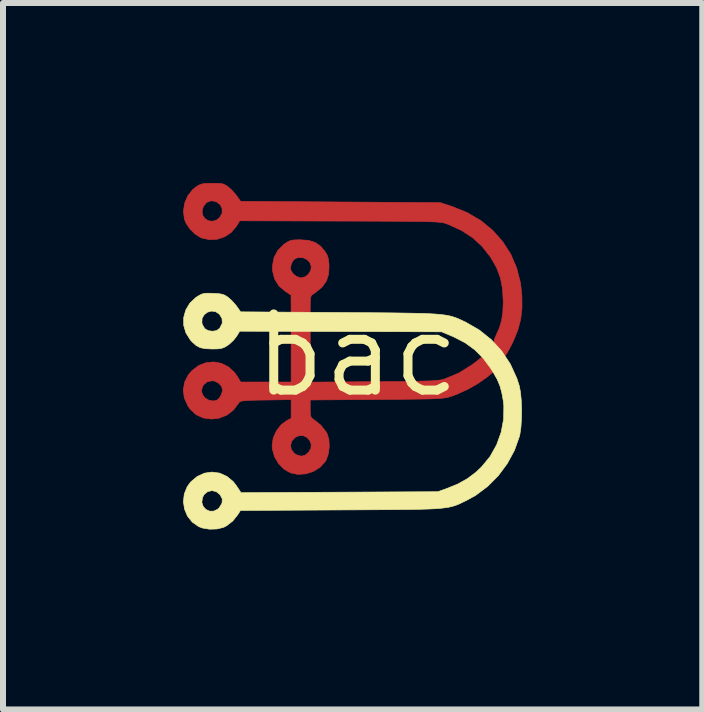
<source format=kicad_pcb>
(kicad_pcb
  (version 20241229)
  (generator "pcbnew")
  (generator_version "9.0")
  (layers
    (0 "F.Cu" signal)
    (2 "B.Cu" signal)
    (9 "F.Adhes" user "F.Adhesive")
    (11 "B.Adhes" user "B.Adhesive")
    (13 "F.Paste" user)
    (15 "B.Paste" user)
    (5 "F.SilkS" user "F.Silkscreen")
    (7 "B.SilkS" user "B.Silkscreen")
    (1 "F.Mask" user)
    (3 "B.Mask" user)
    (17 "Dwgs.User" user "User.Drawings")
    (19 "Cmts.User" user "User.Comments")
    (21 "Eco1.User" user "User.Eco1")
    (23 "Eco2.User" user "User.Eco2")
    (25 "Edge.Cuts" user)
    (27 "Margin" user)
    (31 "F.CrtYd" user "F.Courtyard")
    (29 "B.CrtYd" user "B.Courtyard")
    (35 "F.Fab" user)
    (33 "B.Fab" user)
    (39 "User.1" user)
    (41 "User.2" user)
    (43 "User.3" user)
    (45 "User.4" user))
  (footprint "bac"
    (layer "F.Cu")
    (at 2.904 2.873)
    (property "Reference" "bac" (at 0 0 0) (layer "F.SilkS") (effects (font (size 1.27 1.27) (thickness 0.15))))
    (attr through_hole)
    (fp_poly (pts (xy -0.808 -1.916) (xy -0.699 -1.881) (xy -0.61 -1.819) (xy -0.539 -1.734) (xy -0.503 -1.676) (xy -0.483 -1.617) (xy -0.472 -1.541) (xy -0.469 -1.492) (xy -0.476 -1.354) (xy -0.514 -1.237) (xy -0.587 -1.136) (xy -0.698 -1.045) (xy -0.725 -1.027) (xy -0.756 -1.004) (xy -0.773 -0.977) (xy -0.781 -0.933) (xy -0.783 -0.862) (xy -0.783 -0.844) (xy -0.783 -0.699) (xy -1.101 -0.699) (xy -1.102 -0.852) (xy -1.103 -1.005) (xy -1.202 -1.069) (xy -1.306 -1.159) (xy -1.376 -1.272) (xy -1.41 -1.404) (xy -1.411 -1.458) (xy -1.112 -1.458) (xy -1.109 -1.429) (xy -1.074 -1.365) (xy -1.013 -1.315) (xy -0.942 -1.292) (xy -0.931 -1.291) (xy -0.871 -1.308) (xy -0.818 -1.347) (xy -0.774 -1.414) (xy -0.766 -1.482) (xy -0.788 -1.546) (xy -0.835 -1.596) (xy -0.9 -1.626) (xy -0.979 -1.629) (xy -1.026 -1.617) (xy -1.067 -1.582) (xy -1.099 -1.523) (xy -1.112 -1.458) (xy -1.411 -1.458) (xy -1.412 -1.498) (xy -1.385 -1.633) (xy -1.324 -1.747) (xy -1.226 -1.846) (xy -1.203 -1.863) (xy -1.154 -1.895) (xy -1.11 -1.914) (xy -1.057 -1.923) (xy -0.979 -1.926) (xy -0.946 -1.926) (xy -0.808 -1.916)) (stroke (width 0.01) (type solid)) (fill yes) (layer "F.Cu"))
    (fp_poly (pts (xy -2.322 -2.867) (xy -2.26 -2.862) (xy -2.216 -2.849) (xy -2.176 -2.827) (xy -2.149 -2.807) (xy -2.086 -2.75) (xy -2.024 -2.68) (xy -2.006 -2.656) (xy -1.943 -2.567) (xy -0.279 -2.556) (xy 1.386 -2.545) (xy 1.58 -2.482) (xy 1.834 -2.379) (xy 2.061 -2.246) (xy 2.258 -2.084) (xy 2.425 -1.896) (xy 2.56 -1.686) (xy 2.659 -1.454) (xy 2.723 -1.203) (xy 2.745 -0.997) (xy 2.747 -0.788) (xy 2.725 -0.601) (xy 2.678 -0.422) (xy 2.602 -0.237) (xy 2.582 -0.196) (xy 2.538 -0.11) (xy 2.498 -0.04) (xy 2.467 0.006) (xy 2.452 0.021) (xy 2.425 0.007) (xy 2.382 -0.029) (xy 2.36 -0.052) (xy 2.301 -0.127) (xy 2.277 -0.195) (xy 2.287 -0.269) (xy 2.315 -0.333) (xy 2.37 -0.457) (xy 2.406 -0.578) (xy 2.427 -0.711) (xy 2.434 -0.87) (xy 2.434 -0.902) (xy 2.423 -1.109) (xy 2.387 -1.291) (xy 2.324 -1.46) (xy 2.229 -1.627) (xy 2.221 -1.639) (xy 2.084 -1.814) (xy 1.927 -1.959) (xy 1.742 -2.08) (xy 1.523 -2.181) (xy 1.509 -2.186) (xy 1.486 -2.195) (xy 1.463 -2.202) (xy 1.437 -2.209) (xy 1.405 -2.214) (xy 1.364 -2.219) (xy 1.312 -2.223) (xy 1.244 -2.226) (xy 1.159 -2.228) (xy 1.053 -2.231) (xy 0.923 -2.232) (xy 0.767 -2.234) (xy 0.581 -2.235) (xy 0.363 -2.236) (xy 0.109 -2.237) (xy -0.183 -2.238) (xy -0.286 -2.238) (xy -1.958 -2.243) (xy -2.014 -2.15) (xy -2.098 -2.05) (xy -2.206 -1.978) (xy -2.33 -1.936) (xy -2.461 -1.928) (xy -2.588 -1.955) (xy -2.614 -1.966) (xy -2.706 -2.025) (xy -2.79 -2.109) (xy -2.854 -2.204) (xy -2.88 -2.269) (xy -2.896 -2.401) (xy -2.586 -2.401) (xy -2.574 -2.331) (xy -2.535 -2.277) (xy -2.478 -2.243) (xy -2.41 -2.235) (xy -2.341 -2.257) (xy -2.291 -2.299) (xy -2.252 -2.369) (xy -2.251 -2.444) (xy -2.283 -2.511) (xy -2.348 -2.56) (xy -2.354 -2.563) (xy -2.435 -2.577) (xy -2.506 -2.551) (xy -2.56 -2.488) (xy -2.565 -2.48) (xy -2.586 -2.401) (xy -2.896 -2.401) (xy -2.896 -2.403) (xy -2.876 -2.536) (xy -2.823 -2.66) (xy -2.742 -2.763) (xy -2.683 -2.81) (xy -2.635 -2.839) (xy -2.59 -2.856) (xy -2.534 -2.865) (xy -2.453 -2.868) (xy -2.413 -2.868) (xy -2.322 -2.867)) (stroke (width 0.01) (type solid)) (fill yes) (layer "F.Cu"))
    (fp_poly (pts (xy -0.783 0.447) (xy 0.28 0.439) (xy 0.523 0.438) (xy 0.728 0.436) (xy 0.897 0.434) (xy 1.036 0.431) (xy 1.148 0.428) (xy 1.236 0.425) (xy 1.305 0.42) (xy 1.359 0.415) (xy 1.4 0.409) (xy 1.434 0.401) (xy 1.46 0.393) (xy 1.697 0.294) (xy 1.917 0.156) (xy 1.973 0.114) (xy 2.114 0.000036) (xy 2.2 0.12) (xy 2.243 0.181) (xy 2.274 0.228) (xy 2.286 0.252) (xy 2.286 0.252) (xy 2.271 0.27) (xy 2.23 0.308) (xy 2.173 0.356) (xy 2.163 0.364) (xy 2.014 0.469) (xy 1.842 0.567) (xy 1.663 0.648) (xy 1.577 0.68) (xy 1.543 0.691) (xy 1.51 0.7) (xy 1.475 0.707) (xy 1.432 0.713) (xy 1.379 0.718) (xy 1.312 0.722) (xy 1.226 0.726) (xy 1.119 0.728) (xy 0.985 0.73) (xy 0.822 0.732) (xy 0.625 0.734) (xy 0.39 0.736) (xy 0.323 0.736) (xy -0.783 0.744) (xy -0.783 0.888) (xy -0.782 0.966) (xy -0.775 1.013) (xy -0.76 1.043) (xy -0.731 1.065) (xy -0.725 1.069) (xy -0.605 1.165) (xy -0.517 1.277) (xy -0.504 1.3) (xy -0.472 1.399) (xy -0.465 1.517) (xy -0.48 1.637) (xy -0.516 1.743) (xy -0.534 1.773) (xy -0.621 1.868) (xy -0.732 1.936) (xy -0.86 1.976) (xy -0.991 1.984) (xy -1.111 1.959) (xy -1.22 1.898) (xy -1.311 1.805) (xy -1.378 1.69) (xy -1.414 1.563) (xy -1.418 1.501) (xy -1.418 1.5) (xy -1.111 1.5) (xy -1.097 1.572) (xy -1.048 1.634) (xy -1.009 1.659) (xy -0.933 1.681) (xy -0.868 1.665) (xy -0.81 1.616) (xy -0.771 1.549) (xy -0.767 1.48) (xy -0.792 1.418) (xy -0.838 1.368) (xy -0.899 1.34) (xy -0.969 1.339) (xy -1.034 1.367) (xy -1.09 1.429) (xy -1.111 1.5) (xy -1.418 1.5) (xy -1.399 1.375) (xy -1.345 1.256) (xy -1.265 1.155) (xy -1.176 1.089) (xy -1.101 1.049) (xy -1.101 0.738) (xy -1.526 0.745) (xy -1.671 0.747) (xy -1.78 0.75) (xy -1.858 0.754) (xy -1.91 0.76) (xy -1.943 0.767) (xy -1.962 0.777) (xy -1.972 0.79) (xy -2.062 0.911) (xy -2.175 0.998) (xy -2.307 1.049) (xy -2.43 1.062) (xy -2.569 1.043) (xy -2.688 0.987) (xy -2.786 0.894) (xy -2.823 0.841) (xy -2.882 0.71) (xy -2.897 0.592) (xy -2.596 0.592) (xy -2.578 0.657) (xy -2.533 0.712) (xy -2.47 0.749) (xy -2.396 0.761) (xy -2.34 0.749) (xy -2.302 0.717) (xy -2.268 0.661) (xy -2.247 0.599) (xy -2.244 0.572) (xy -2.263 0.514) (xy -2.31 0.463) (xy -2.374 0.43) (xy -2.417 0.424) (xy -2.499 0.44) (xy -2.558 0.489) (xy -2.579 0.523) (xy -2.596 0.592) (xy -2.897 0.592) (xy -2.899 0.576) (xy -2.876 0.446) (xy -2.814 0.324) (xy -2.755 0.256) (xy -2.643 0.17) (xy -2.519 0.122) (xy -2.39 0.11) (xy -2.264 0.133) (xy -2.147 0.192) (xy -2.047 0.284) (xy -2.005 0.341) (xy -1.941 0.445) (xy -1.101 0.445) (xy -1.101 -0.423) (xy -0.783 -0.423) (xy -0.783 0.447)) (stroke (width 0.01) (type solid)) (fill yes) (layer "F.Cu"))
    (fp_poly (pts (xy -0.783 1.032) (xy -0.725 1.069) (xy -0.605 1.165) (xy -0.517 1.277) (xy -0.504 1.3) (xy -0.472 1.399) (xy -0.465 1.517) (xy -0.48 1.637) (xy -0.516 1.743) (xy -0.534 1.773) (xy -0.621 1.868) (xy -0.732 1.936) (xy -0.86 1.976) (xy -0.991 1.984) (xy -1.111 1.959) (xy -1.22 1.898) (xy -1.311 1.805) (xy -1.378 1.69) (xy -1.414 1.563) (xy -1.418 1.501) (xy -1.418 1.5) (xy -1.111 1.5) (xy -1.097 1.572) (xy -1.048 1.634) (xy -1.009 1.659) (xy -0.933 1.681) (xy -0.868 1.665) (xy -0.81 1.616) (xy -0.771 1.549) (xy -0.767 1.48) (xy -0.792 1.418) (xy -0.838 1.368) (xy -0.899 1.34) (xy -0.969 1.339) (xy -1.034 1.367) (xy -1.09 1.429) (xy -1.111 1.5) (xy -1.418 1.5) (xy -1.399 1.375) (xy -1.345 1.256) (xy -1.265 1.155) (xy -1.176 1.089) (xy -1.101 1.049) (xy -1.101 -0.423) (xy -0.783 -0.423) (xy -0.783 1.032)) (stroke (width 0.01) (type solid)) (fill yes) (layer "F.Mask"))
    (fp_poly (pts (xy -0.808 -1.916) (xy -0.699 -1.881) (xy -0.61 -1.819) (xy -0.539 -1.734) (xy -0.503 -1.676) (xy -0.483 -1.617) (xy -0.472 -1.541) (xy -0.469 -1.492) (xy -0.476 -1.354) (xy -0.514 -1.237) (xy -0.587 -1.136) (xy -0.698 -1.045) (xy -0.725 -1.027) (xy -0.756 -1.004) (xy -0.773 -0.977) (xy -0.781 -0.933) (xy -0.783 -0.862) (xy -0.783 -0.844) (xy -0.783 -0.699) (xy -1.101 -0.699) (xy -1.102 -0.852) (xy -1.103 -1.005) (xy -1.202 -1.069) (xy -1.306 -1.159) (xy -1.376 -1.272) (xy -1.41 -1.404) (xy -1.411 -1.458) (xy -1.112 -1.458) (xy -1.109 -1.429) (xy -1.074 -1.365) (xy -1.013 -1.315) (xy -0.942 -1.292) (xy -0.931 -1.291) (xy -0.871 -1.308) (xy -0.818 -1.347) (xy -0.774 -1.414) (xy -0.766 -1.482) (xy -0.788 -1.546) (xy -0.835 -1.596) (xy -0.9 -1.626) (xy -0.979 -1.629) (xy -1.026 -1.617) (xy -1.067 -1.582) (xy -1.099 -1.523) (xy -1.112 -1.458) (xy -1.411 -1.458) (xy -1.412 -1.498) (xy -1.385 -1.633) (xy -1.324 -1.747) (xy -1.226 -1.846) (xy -1.203 -1.863) (xy -1.154 -1.895) (xy -1.11 -1.914) (xy -1.057 -1.923) (xy -0.979 -1.926) (xy -0.946 -1.926) (xy -0.808 -1.916)) (stroke (width 0.01) (type solid)) (fill yes) (layer "F.Mask"))
    (fp_poly (pts (xy -2.401 -1.033) (xy -2.31 -1.028) (xy -2.248 -1.018) (xy -2.202 -1) (xy -2.156 -0.97) (xy -2.149 -0.965) (xy -2.087 -0.909) (xy -2.025 -0.839) (xy -2.006 -0.814) (xy -1.943 -0.725) (xy -0.289 -0.714) (xy 0.026 -0.712) (xy 0.302 -0.71) (xy 0.542 -0.708) (xy 0.748 -0.705) (xy 0.925 -0.702) (xy 1.075 -0.699) (xy 1.201 -0.694) (xy 1.306 -0.688) (xy 1.394 -0.68) (xy 1.468 -0.671) (xy 1.53 -0.66) (xy 1.585 -0.646) (xy 1.634 -0.63) (xy 1.681 -0.612) (xy 1.729 -0.59) (xy 1.782 -0.565) (xy 1.808 -0.553) (xy 2.034 -0.423) (xy 2.236 -0.261) (xy 2.41 -0.07) (xy 2.553 0.146) (xy 2.661 0.383) (xy 2.702 0.51) (xy 2.722 0.617) (xy 2.735 0.753) (xy 2.741 0.905) (xy 2.738 1.059) (xy 2.729 1.202) (xy 2.711 1.322) (xy 2.703 1.355) (xy 2.621 1.585) (xy 2.502 1.804) (xy 2.352 2.006) (xy 2.175 2.184) (xy 1.977 2.333) (xy 1.831 2.414) (xy 1.775 2.441) (xy 1.726 2.465) (xy 1.68 2.486) (xy 1.634 2.503) (xy 1.585 2.518) (xy 1.53 2.531) (xy 1.465 2.541) (xy 1.389 2.55) (xy 1.297 2.557) (xy 1.187 2.562) (xy 1.055 2.566) (xy 0.899 2.569) (xy 0.715 2.571) (xy 0.501 2.573) (xy 0.252 2.574) (xy -0.034 2.576) (xy -0.269 2.577) (xy -1.946 2.586) (xy -1.988 2.653) (xy -2.074 2.761) (xy -2.178 2.842) (xy -2.227 2.867) (xy -2.336 2.894) (xy -2.459 2.898) (xy -2.577 2.879) (xy -2.642 2.855) (xy -2.749 2.78) (xy -2.829 2.68) (xy -2.878 2.563) (xy -2.895 2.451) (xy -2.59 2.451) (xy -2.568 2.518) (xy -2.522 2.569) (xy -2.461 2.597) (xy -2.393 2.597) (xy -2.326 2.566) (xy -2.298 2.538) (xy -2.253 2.464) (xy -2.249 2.393) (xy -2.286 2.323) (xy -2.349 2.272) (xy -2.421 2.255) (xy -2.493 2.272) (xy -2.551 2.319) (xy -2.579 2.371) (xy -2.59 2.451) (xy -2.895 2.451) (xy -2.897 2.437) (xy -2.882 2.31) (xy -2.833 2.189) (xy -2.777 2.112) (xy -2.668 2.02) (xy -2.547 1.964) (xy -2.419 1.946) (xy -2.293 1.963) (xy -2.173 2.017) (xy -2.067 2.104) (xy -2.011 2.177) (xy -1.937 2.289) (xy -0.296 2.281) (xy 1.344 2.273) (xy 1.482 2.224) (xy 1.673 2.147) (xy 1.835 2.057) (xy 1.98 1.948) (xy 2.075 1.857) (xy 2.215 1.687) (xy 2.324 1.492) (xy 2.4 1.281) (xy 2.441 1.061) (xy 2.444 0.841) (xy 2.436 0.763) (xy 2.411 0.625) (xy 2.38 0.511) (xy 2.336 0.405) (xy 2.272 0.292) (xy 2.224 0.215) (xy 2.097 0.045) (xy 1.959 -0.093) (xy 1.801 -0.208) (xy 1.614 -0.305) (xy 1.556 -0.33) (xy 1.408 -0.392) (xy -1.958 -0.402) (xy -2.011 -0.316) (xy -2.062 -0.251) (xy -2.129 -0.189) (xy -2.157 -0.168) (xy -2.21 -0.136) (xy -2.259 -0.117) (xy -2.318 -0.108) (xy -2.402 -0.106) (xy -2.418 -0.106) (xy -2.532 -0.111) (xy -2.617 -0.128) (xy -2.686 -0.165) (xy -2.752 -0.225) (xy -2.782 -0.258) (xy -2.855 -0.374) (xy -2.892 -0.5) (xy -2.892 -0.545) (xy -2.589 -0.545) (xy -2.581 -0.513) (xy -2.541 -0.445) (xy -2.479 -0.41) (xy -2.41 -0.402) (xy -2.344 -0.412) (xy -2.296 -0.448) (xy -2.288 -0.458) (xy -2.249 -0.535) (xy -2.253 -0.613) (xy -2.296 -0.685) (xy -2.359 -0.728) (xy -2.429 -0.738) (xy -2.496 -0.719) (xy -2.55 -0.677) (xy -2.585 -0.617) (xy -2.589 -0.545) (xy -2.892 -0.545) (xy -2.892 -0.63) (xy -2.858 -0.755) (xy -2.79 -0.869) (xy -2.69 -0.964) (xy -2.67 -0.977) (xy -2.617 -1.009) (xy -2.572 -1.027) (xy -2.52 -1.035) (xy -2.447 -1.035) (xy -2.401 -1.033)) (stroke (width 0.01) (type solid)) (fill yes) (layer "F.SilkS")))
  (gr_rect
    (start -3 -3)
    (end 8.656 8.776)
    (stroke (width 0.1) (type default))
    (fill no)
    (layer "Edge.Cuts")))
</source>
